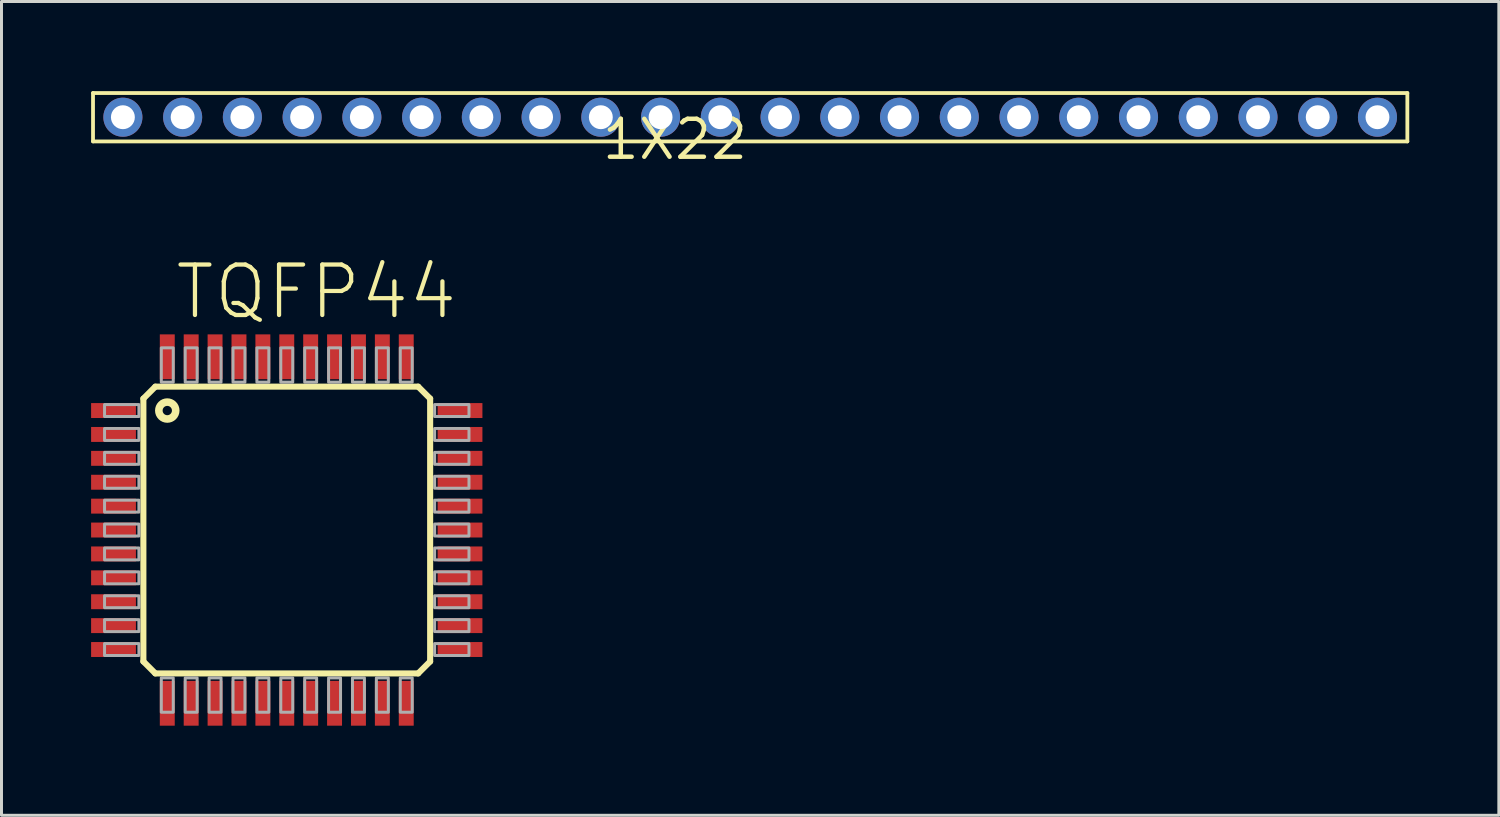
<source format=kicad_pcb>
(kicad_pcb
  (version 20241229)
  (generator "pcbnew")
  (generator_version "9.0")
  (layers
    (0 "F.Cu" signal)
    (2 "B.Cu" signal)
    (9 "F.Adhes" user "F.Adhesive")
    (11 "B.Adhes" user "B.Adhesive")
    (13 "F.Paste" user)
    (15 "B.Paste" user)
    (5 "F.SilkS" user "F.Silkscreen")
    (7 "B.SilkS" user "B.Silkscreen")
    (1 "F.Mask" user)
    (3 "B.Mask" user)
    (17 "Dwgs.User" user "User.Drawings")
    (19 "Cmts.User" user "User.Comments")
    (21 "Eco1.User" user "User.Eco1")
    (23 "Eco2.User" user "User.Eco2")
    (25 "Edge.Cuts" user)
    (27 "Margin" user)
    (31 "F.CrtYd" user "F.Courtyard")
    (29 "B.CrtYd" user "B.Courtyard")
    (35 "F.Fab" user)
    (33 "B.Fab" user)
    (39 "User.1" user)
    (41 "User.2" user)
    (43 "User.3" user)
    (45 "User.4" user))
  (footprint "TQFP44"
    (layer "F.Cu")
    (at 6.55 14.694)
    (property "Reference" "TQFP44" (at -3.81 -6.985 0) (layer "F.SilkS") (effects (font (size 1.689 1.689) (thickness 0.142)) (justify left bottom)))
    (attr through_hole)
    (fp_line (start -4.8 -4.4) (end -4.4 -4.8) (stroke (width 0.203) (type solid)) (layer "F.SilkS"))
    (fp_line (start -4.8 4.4) (end -4.8 -4.4) (stroke (width 0.203) (type solid)) (layer "F.SilkS"))
    (fp_line (start -4.4 -4.8) (end 4.4 -4.8) (stroke (width 0.203) (type solid)) (layer "F.SilkS"))
    (fp_line (start -4.4 4.8) (end -4.8 4.4) (stroke (width 0.203) (type solid)) (layer "F.SilkS"))
    (fp_line (start 4.4 -4.8) (end 4.8 -4.4) (stroke (width 0.203) (type solid)) (layer "F.SilkS"))
    (fp_line (start 4.4 4.8) (end -4.4 4.8) (stroke (width 0.203) (type solid)) (layer "F.SilkS"))
    (fp_line (start 4.8 -4.4) (end 4.8 4.4) (stroke (width 0.203) (type solid)) (layer "F.SilkS"))
    (fp_line (start 4.8 4.4) (end 4.4 4.8) (stroke (width 0.203) (type solid)) (layer "F.SilkS"))
    (fp_circle (center -4 -4) (end -3.717 -4) (stroke (width 0.254) (type solid)) (fill no) (layer "F.SilkS"))
    (fp_poly (pts (xy -6.1 -3.8) (xy -4.95 -3.8) (xy -4.95 -4.2) (xy -6.1 -4.2)) (stroke (width 0.1) (type solid)) (fill no) (layer "F.Fab"))
    (fp_poly (pts (xy -6.1 -3) (xy -4.95 -3) (xy -4.95 -3.4) (xy -6.1 -3.4)) (stroke (width 0.1) (type solid)) (fill no) (layer "F.Fab"))
    (fp_poly (pts (xy -6.1 -2.2) (xy -4.95 -2.2) (xy -4.95 -2.6) (xy -6.1 -2.6)) (stroke (width 0.1) (type solid)) (fill no) (layer "F.Fab"))
    (fp_poly (pts (xy -6.1 -1.4) (xy -4.95 -1.4) (xy -4.95 -1.8) (xy -6.1 -1.8)) (stroke (width 0.1) (type solid)) (fill no) (layer "F.Fab"))
    (fp_poly (pts (xy -6.1 -0.6) (xy -4.95 -0.6) (xy -4.95 -1) (xy -6.1 -1)) (stroke (width 0.1) (type solid)) (fill no) (layer "F.Fab"))
    (fp_poly (pts (xy -6.1 0.2) (xy -4.95 0.2) (xy -4.95 -0.2) (xy -6.1 -0.2)) (stroke (width 0.1) (type solid)) (fill no) (layer "F.Fab"))
    (fp_poly (pts (xy -6.1 1) (xy -4.95 1) (xy -4.95 0.6) (xy -6.1 0.6)) (stroke (width 0.1) (type solid)) (fill no) (layer "F.Fab"))
    (fp_poly (pts (xy -6.1 1.8) (xy -4.95 1.8) (xy -4.95 1.4) (xy -6.1 1.4)) (stroke (width 0.1) (type solid)) (fill no) (layer "F.Fab"))
    (fp_poly (pts (xy -6.1 2.6) (xy -4.95 2.6) (xy -4.95 2.2) (xy -6.1 2.2)) (stroke (width 0.1) (type solid)) (fill no) (layer "F.Fab"))
    (fp_poly (pts (xy -6.1 3.4) (xy -4.95 3.4) (xy -4.95 3) (xy -6.1 3)) (stroke (width 0.1) (type solid)) (fill no) (layer "F.Fab"))
    (fp_poly (pts (xy -6.1 4.2) (xy -4.95 4.2) (xy -4.95 3.8) (xy -6.1 3.8)) (stroke (width 0.1) (type solid)) (fill no) (layer "F.Fab"))
    (fp_poly (pts (xy -4.2 -4.95) (xy -3.8 -4.95) (xy -3.8 -6.1) (xy -4.2 -6.1)) (stroke (width 0.1) (type solid)) (fill no) (layer "F.Fab"))
    (fp_poly (pts (xy -4.2 6.1) (xy -3.8 6.1) (xy -3.8 4.95) (xy -4.2 4.95)) (stroke (width 0.1) (type solid)) (fill no) (layer "F.Fab"))
    (fp_poly (pts (xy -3.4 -4.95) (xy -3 -4.95) (xy -3 -6.1) (xy -3.4 -6.1)) (stroke (width 0.1) (type solid)) (fill no) (layer "F.Fab"))
    (fp_poly (pts (xy -3.4 6.1) (xy -3 6.1) (xy -3 4.95) (xy -3.4 4.95)) (stroke (width 0.1) (type solid)) (fill no) (layer "F.Fab"))
    (fp_poly (pts (xy -2.6 -4.95) (xy -2.2 -4.95) (xy -2.2 -6.1) (xy -2.6 -6.1)) (stroke (width 0.1) (type solid)) (fill no) (layer "F.Fab"))
    (fp_poly (pts (xy -2.6 6.1) (xy -2.2 6.1) (xy -2.2 4.95) (xy -2.6 4.95)) (stroke (width 0.1) (type solid)) (fill no) (layer "F.Fab"))
    (fp_poly (pts (xy -1.8 -4.95) (xy -1.4 -4.95) (xy -1.4 -6.1) (xy -1.8 -6.1)) (stroke (width 0.1) (type solid)) (fill no) (layer "F.Fab"))
    (fp_poly (pts (xy -1.8 6.1) (xy -1.4 6.1) (xy -1.4 4.95) (xy -1.8 4.95)) (stroke (width 0.1) (type solid)) (fill no) (layer "F.Fab"))
    (fp_poly (pts (xy -1 -4.95) (xy -0.6 -4.95) (xy -0.6 -6.1) (xy -1 -6.1)) (stroke (width 0.1) (type solid)) (fill no) (layer "F.Fab"))
    (fp_poly (pts (xy -1 6.1) (xy -0.6 6.1) (xy -0.6 4.95) (xy -1 4.95)) (stroke (width 0.1) (type solid)) (fill no) (layer "F.Fab"))
    (fp_poly (pts (xy -0.2 -4.95) (xy 0.2 -4.95) (xy 0.2 -6.1) (xy -0.2 -6.1)) (stroke (width 0.1) (type solid)) (fill no) (layer "F.Fab"))
    (fp_poly (pts (xy -0.2 6.1) (xy 0.2 6.1) (xy 0.2 4.95) (xy -0.2 4.95)) (stroke (width 0.1) (type solid)) (fill no) (layer "F.Fab"))
    (fp_poly (pts (xy 0.6 -4.95) (xy 1 -4.95) (xy 1 -6.1) (xy 0.6 -6.1)) (stroke (width 0.1) (type solid)) (fill no) (layer "F.Fab"))
    (fp_poly (pts (xy 0.6 6.1) (xy 1 6.1) (xy 1 4.95) (xy 0.6 4.95)) (stroke (width 0.1) (type solid)) (fill no) (layer "F.Fab"))
    (fp_poly (pts (xy 1.4 -4.95) (xy 1.8 -4.95) (xy 1.8 -6.1) (xy 1.4 -6.1)) (stroke (width 0.1) (type solid)) (fill no) (layer "F.Fab"))
    (fp_poly (pts (xy 1.4 6.1) (xy 1.8 6.1) (xy 1.8 4.95) (xy 1.4 4.95)) (stroke (width 0.1) (type solid)) (fill no) (layer "F.Fab"))
    (fp_poly (pts (xy 2.2 -4.95) (xy 2.6 -4.95) (xy 2.6 -6.1) (xy 2.2 -6.1)) (stroke (width 0.1) (type solid)) (fill no) (layer "F.Fab"))
    (fp_poly (pts (xy 2.2 6.1) (xy 2.6 6.1) (xy 2.6 4.95) (xy 2.2 4.95)) (stroke (width 0.1) (type solid)) (fill no) (layer "F.Fab"))
    (fp_poly (pts (xy 3 -4.95) (xy 3.4 -4.95) (xy 3.4 -6.1) (xy 3 -6.1)) (stroke (width 0.1) (type solid)) (fill no) (layer "F.Fab"))
    (fp_poly (pts (xy 3 6.1) (xy 3.4 6.1) (xy 3.4 4.95) (xy 3 4.95)) (stroke (width 0.1) (type solid)) (fill no) (layer "F.Fab"))
    (fp_poly (pts (xy 3.8 -4.95) (xy 4.2 -4.95) (xy 4.2 -6.1) (xy 3.8 -6.1)) (stroke (width 0.1) (type solid)) (fill no) (layer "F.Fab"))
    (fp_poly (pts (xy 3.8 6.1) (xy 4.2 6.1) (xy 4.2 4.95) (xy 3.8 4.95)) (stroke (width 0.1) (type solid)) (fill no) (layer "F.Fab"))
    (fp_poly (pts (xy 4.95 -3.8) (xy 6.1 -3.8) (xy 6.1 -4.2) (xy 4.95 -4.2)) (stroke (width 0.1) (type solid)) (fill no) (layer "F.Fab"))
    (fp_poly (pts (xy 4.95 -3) (xy 6.1 -3) (xy 6.1 -3.4) (xy 4.95 -3.4)) (stroke (width 0.1) (type solid)) (fill no) (layer "F.Fab"))
    (fp_poly (pts (xy 4.95 -2.2) (xy 6.1 -2.2) (xy 6.1 -2.6) (xy 4.95 -2.6)) (stroke (width 0.1) (type solid)) (fill no) (layer "F.Fab"))
    (fp_poly (pts (xy 4.95 -1.4) (xy 6.1 -1.4) (xy 6.1 -1.8) (xy 4.95 -1.8)) (stroke (width 0.1) (type solid)) (fill no) (layer "F.Fab"))
    (fp_poly (pts (xy 4.95 -0.6) (xy 6.1 -0.6) (xy 6.1 -1) (xy 4.95 -1)) (stroke (width 0.1) (type solid)) (fill no) (layer "F.Fab"))
    (fp_poly (pts (xy 4.95 0.2) (xy 6.1 0.2) (xy 6.1 -0.2) (xy 4.95 -0.2)) (stroke (width 0.1) (type solid)) (fill no) (layer "F.Fab"))
    (fp_poly (pts (xy 4.95 1) (xy 6.1 1) (xy 6.1 0.6) (xy 4.95 0.6)) (stroke (width 0.1) (type solid)) (fill no) (layer "F.Fab"))
    (fp_poly (pts (xy 4.95 1.8) (xy 6.1 1.8) (xy 6.1 1.4) (xy 4.95 1.4)) (stroke (width 0.1) (type solid)) (fill no) (layer "F.Fab"))
    (fp_poly (pts (xy 4.95 2.6) (xy 6.1 2.6) (xy 6.1 2.2) (xy 4.95 2.2)) (stroke (width 0.1) (type solid)) (fill no) (layer "F.Fab"))
    (fp_poly (pts (xy 4.95 3.4) (xy 6.1 3.4) (xy 6.1 3) (xy 4.95 3)) (stroke (width 0.1) (type solid)) (fill no) (layer "F.Fab"))
    (fp_poly (pts (xy 4.95 4.2) (xy 6.1 4.2) (xy 6.1 3.8) (xy 4.95 3.8)) (stroke (width 0.1) (type solid)) (fill no) (layer "F.Fab"))
    (pad "1" smd rect (at -5.8 -4) (size 1.5 0.5) (layers "F.Cu" "F.Mask" "F.Paste"))
    (pad "2" smd rect (at -5.8 -3.2) (size 1.5 0.5) (layers "F.Cu" "F.Mask" "F.Paste"))
    (pad "3" smd rect (at -5.8 -2.4) (size 1.5 0.5) (layers "F.Cu" "F.Mask" "F.Paste"))
    (pad "4" smd rect (at -5.8 -1.6) (size 1.5 0.5) (layers "F.Cu" "F.Mask" "F.Paste"))
    (pad "5" smd rect (at -5.8 -0.8) (size 1.5 0.5) (layers "F.Cu" "F.Mask" "F.Paste"))
    (pad "6" smd rect (at -5.8 0) (size 1.5 0.5) (layers "F.Cu" "F.Mask" "F.Paste"))
    (pad "7" smd rect (at -5.8 0.8) (size 1.5 0.5) (layers "F.Cu" "F.Mask" "F.Paste"))
    (pad "8" smd rect (at -5.8 1.6) (size 1.5 0.5) (layers "F.Cu" "F.Mask" "F.Paste"))
    (pad "9" smd rect (at -5.8 2.4) (size 1.5 0.5) (layers "F.Cu" "F.Mask" "F.Paste"))
    (pad "10" smd rect (at -5.8 3.2) (size 1.5 0.5) (layers "F.Cu" "F.Mask" "F.Paste"))
    (pad "11" smd rect (at -5.8 4) (size 1.5 0.5) (layers "F.Cu" "F.Mask" "F.Paste"))
    (pad "12" smd rect (at -4 5.8) (size 0.5 1.5) (layers "F.Cu" "F.Mask" "F.Paste"))
    (pad "13" smd rect (at -3.2 5.8) (size 0.5 1.5) (layers "F.Cu" "F.Mask" "F.Paste"))
    (pad "14" smd rect (at -2.4 5.8) (size 0.5 1.5) (layers "F.Cu" "F.Mask" "F.Paste"))
    (pad "15" smd rect (at -1.6 5.8) (size 0.5 1.5) (layers "F.Cu" "F.Mask" "F.Paste"))
    (pad "16" smd rect (at -0.8 5.8) (size 0.5 1.5) (layers "F.Cu" "F.Mask" "F.Paste"))
    (pad "17" smd rect (at 0 5.8) (size 0.5 1.5) (layers "F.Cu" "F.Mask" "F.Paste"))
    (pad "18" smd rect (at 0.8 5.8) (size 0.5 1.5) (layers "F.Cu" "F.Mask" "F.Paste"))
    (pad "19" smd rect (at 1.6 5.8) (size 0.5 1.5) (layers "F.Cu" "F.Mask" "F.Paste"))
    (pad "20" smd rect (at 2.4 5.8) (size 0.5 1.5) (layers "F.Cu" "F.Mask" "F.Paste"))
    (pad "21" smd rect (at 3.2 5.8) (size 0.5 1.5) (layers "F.Cu" "F.Mask" "F.Paste"))
    (pad "22" smd rect (at 4 5.8) (size 0.5 1.5) (layers "F.Cu" "F.Mask" "F.Paste"))
    (pad "23" smd rect (at 5.8 4) (size 1.5 0.5) (layers "F.Cu" "F.Mask" "F.Paste"))
    (pad "24" smd rect (at 5.8 3.2) (size 1.5 0.5) (layers "F.Cu" "F.Mask" "F.Paste"))
    (pad "25" smd rect (at 5.8 2.4) (size 1.5 0.5) (layers "F.Cu" "F.Mask" "F.Paste"))
    (pad "26" smd rect (at 5.8 1.6) (size 1.5 0.5) (layers "F.Cu" "F.Mask" "F.Paste"))
    (pad "27" smd rect (at 5.8 0.8) (size 1.5 0.5) (layers "F.Cu" "F.Mask" "F.Paste"))
    (pad "28" smd rect (at 5.8 0) (size 1.5 0.5) (layers "F.Cu" "F.Mask" "F.Paste"))
    (pad "29" smd rect (at 5.8 -0.8) (size 1.5 0.5) (layers "F.Cu" "F.Mask" "F.Paste"))
    (pad "30" smd rect (at 5.8 -1.6) (size 1.5 0.5) (layers "F.Cu" "F.Mask" "F.Paste"))
    (pad "31" smd rect (at 5.8 -2.4) (size 1.5 0.5) (layers "F.Cu" "F.Mask" "F.Paste"))
    (pad "32" smd rect (at 5.8 -3.2) (size 1.5 0.5) (layers "F.Cu" "F.Mask" "F.Paste"))
    (pad "33" smd rect (at 5.8 -4) (size 1.5 0.5) (layers "F.Cu" "F.Mask" "F.Paste"))
    (pad "34" smd rect (at 4 -5.8) (size 0.5 1.5) (layers "F.Cu" "F.Mask" "F.Paste"))
    (pad "35" smd rect (at 3.2 -5.8) (size 0.5 1.5) (layers "F.Cu" "F.Mask" "F.Paste"))
    (pad "36" smd rect (at 2.4 -5.8) (size 0.5 1.5) (layers "F.Cu" "F.Mask" "F.Paste"))
    (pad "37" smd rect (at 1.6 -5.8) (size 0.5 1.5) (layers "F.Cu" "F.Mask" "F.Paste"))
    (pad "38" smd rect (at 0.8 -5.8) (size 0.5 1.5) (layers "F.Cu" "F.Mask" "F.Paste"))
    (pad "39" smd rect (at 0 -5.8) (size 0.5 1.5) (layers "F.Cu" "F.Mask" "F.Paste"))
    (pad "40" smd rect (at -0.8 -5.8) (size 0.5 1.5) (layers "F.Cu" "F.Mask" "F.Paste"))
    (pad "41" smd rect (at -1.6 -5.8) (size 0.5 1.5) (layers "F.Cu" "F.Mask" "F.Paste"))
    (pad "42" smd rect (at -2.4 -5.8) (size 0.5 1.5) (layers "F.Cu" "F.Mask" "F.Paste"))
    (pad "43" smd rect (at -3.2 -5.8) (size 0.5 1.5) (layers "F.Cu" "F.Mask" "F.Paste"))
    (pad "44" smd rect (at -4 -5.8) (size 0.5 1.5) (layers "F.Cu" "F.Mask" "F.Paste")))
  (footprint "1X22"
    (layer "F.Cu")
    (at 22.064 0.874)
    (property "Reference" "1X22" (at 0 0 0) (layer "F.SilkS") (effects (font (size 1.27 1.27) (thickness 0.15)) (justify right top)))
    (attr through_hole)
    (fp_line (start -22 -0.81) (end -22 0.81) (stroke (width 0.127) (type solid)) (layer "F.SilkS"))
    (fp_line (start -22 0.81) (end 22 0.81) (stroke (width 0.127) (type solid)) (layer "F.SilkS"))
    (fp_line (start 22 -0.81) (end -22 -0.81) (stroke (width 0.127) (type solid)) (layer "F.SilkS"))
    (fp_line (start 22 0.81) (end 22 -0.81) (stroke (width 0.127) (type solid)) (layer "F.SilkS"))
    (pad "1" thru_hole circle (at -21 0) (size 1.308 1.308) (drill 0.8) (layers "*.Cu" "*.Mask"))
    (pad "2" thru_hole circle (at -19 0) (size 1.308 1.308) (drill 0.8) (layers "*.Cu" "*.Mask"))
    (pad "3" thru_hole circle (at -17 0) (size 1.308 1.308) (drill 0.8) (layers "*.Cu" "*.Mask"))
    (pad "4" thru_hole circle (at -15 0) (size 1.308 1.308) (drill 0.8) (layers "*.Cu" "*.Mask"))
    (pad "5" thru_hole circle (at -13 0) (size 1.308 1.308) (drill 0.8) (layers "*.Cu" "*.Mask"))
    (pad "6" thru_hole circle (at -11 0) (size 1.308 1.308) (drill 0.8) (layers "*.Cu" "*.Mask"))
    (pad "7" thru_hole circle (at -9 0) (size 1.308 1.308) (drill 0.8) (layers "*.Cu" "*.Mask"))
    (pad "8" thru_hole circle (at -7 0) (size 1.308 1.308) (drill 0.8) (layers "*.Cu" "*.Mask"))
    (pad "9" thru_hole circle (at -5 0) (size 1.308 1.308) (drill 0.8) (layers "*.Cu" "*.Mask"))
    (pad "10" thru_hole circle (at -3 0) (size 1.308 1.308) (drill 0.8) (layers "*.Cu" "*.Mask"))
    (pad "11" thru_hole circle (at -1 0) (size 1.308 1.308) (drill 0.8) (layers "*.Cu" "*.Mask"))
    (pad "12" thru_hole circle (at 1 0) (size 1.308 1.308) (drill 0.8) (layers "*.Cu" "*.Mask"))
    (pad "13" thru_hole circle (at 3 0) (size 1.308 1.308) (drill 0.8) (layers "*.Cu" "*.Mask"))
    (pad "14" thru_hole circle (at 5 0) (size 1.308 1.308) (drill 0.8) (layers "*.Cu" "*.Mask"))
    (pad "15" thru_hole circle (at 7 0) (size 1.308 1.308) (drill 0.8) (layers "*.Cu" "*.Mask"))
    (pad "16" thru_hole circle (at 9 0) (size 1.308 1.308) (drill 0.8) (layers "*.Cu" "*.Mask"))
    (pad "17" thru_hole circle (at 11 0) (size 1.308 1.308) (drill 0.8) (layers "*.Cu" "*.Mask"))
    (pad "18" thru_hole circle (at 13 0) (size 1.308 1.308) (drill 0.8) (layers "*.Cu" "*.Mask"))
    (pad "19" thru_hole circle (at 15 0) (size 1.308 1.308) (drill 0.8) (layers "*.Cu" "*.Mask"))
    (pad "20" thru_hole circle (at 17 0) (size 1.308 1.308) (drill 0.8) (layers "*.Cu" "*.Mask"))
    (pad "21" thru_hole circle (at 19 0) (size 1.308 1.308) (drill 0.8) (layers "*.Cu" "*.Mask"))
    (pad "22" thru_hole circle (at 21 0) (size 1.308 1.308) (drill 0.8) (layers "*.Cu" "*.Mask")))
  (gr_rect
    (start -3 -3)
    (end 47.127 24.244)
    (stroke (width 0.1) (type default))
    (fill no)
    (layer "Edge.Cuts")))
</source>
